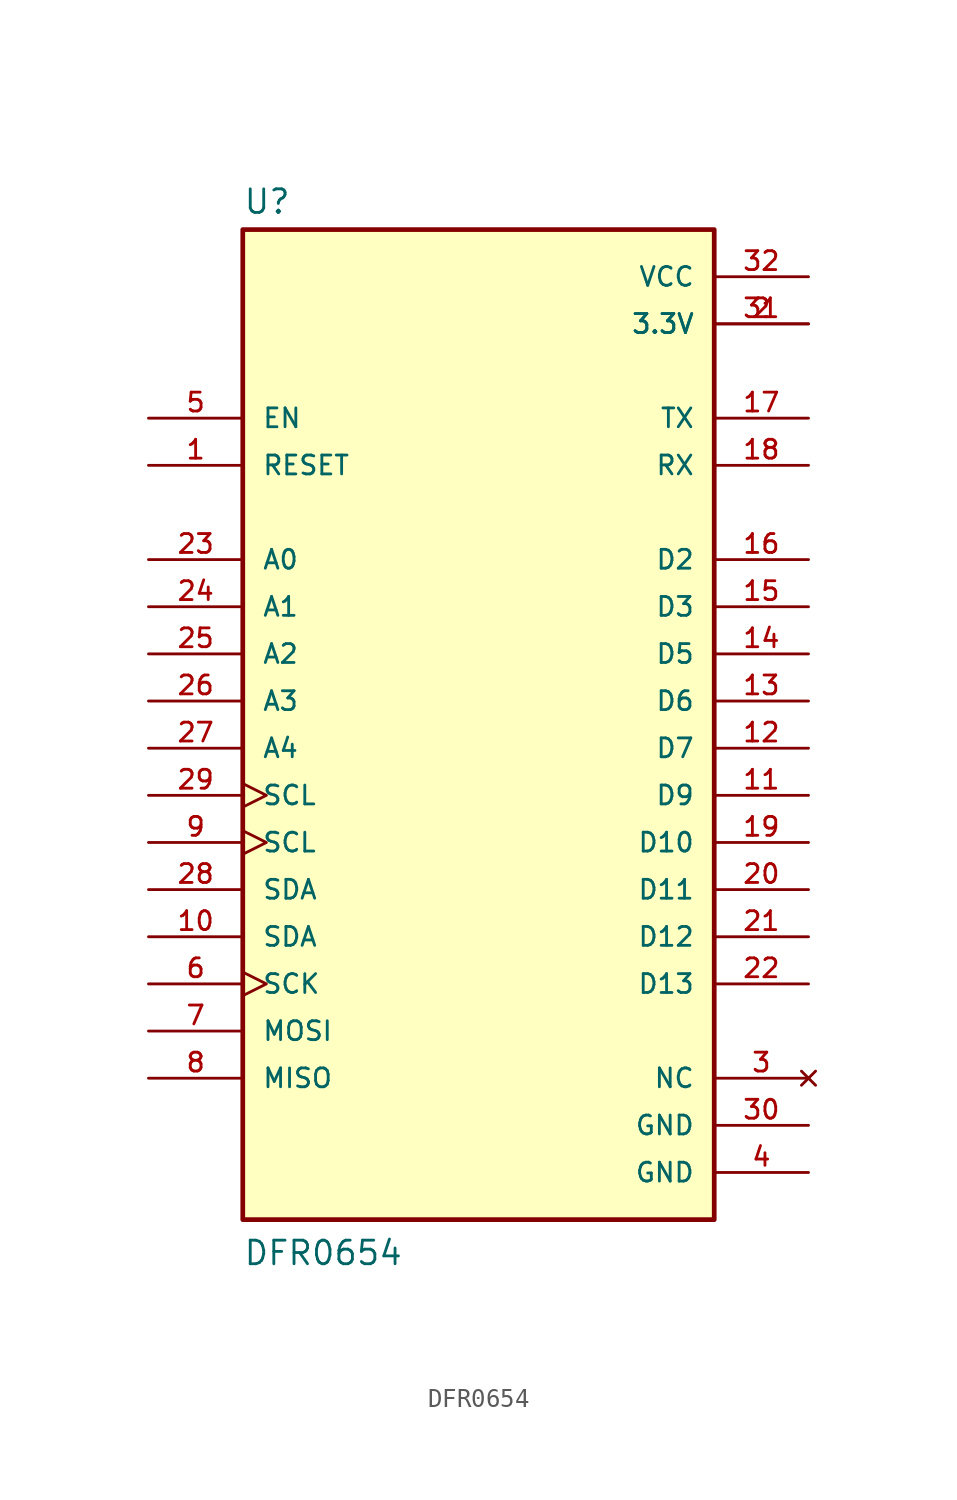
<source format=kicad_sym>
(kicad_symbol_lib
  (version 20211014)
  (generator kicad_symbol_editor)
  (symbol "DFR0654"
    (pin_names
      (offset 1.016))
    (property "Reference" "U"
      (at -12.7 26.162 0)
      (effects (font (size 1.27 1.27)) (justify left bottom)))
    (property "Value" "DFR0654"
      (at -12.7 -30.48 0)
      (effects (font (size 1.27 1.27)) (justify left bottom)))
    (symbol "DFR0654_0_0"
      (rectangle (start -12.7 -27.94) (end 12.7 25.4) (stroke (width 0.254) (type default) (color 0 0 0 0)) (fill (type background)))
      (pin input line (at -17.78 12.7 0) (length 5.08) (name "RESET" (effects (font (size 1.016 1.016)))) (number "1" (effects (font (size 1.016 1.016)))))
      (pin bidirectional line (at -17.78 -12.7 0) (length 5.08) (name "SDA" (effects (font (size 1.016 1.016)))) (number "10" (effects (font (size 1.016 1.016)))))
      (pin bidirectional line (at 17.78 -5.08 180) (length 5.08) (name "D9" (effects (font (size 1.016 1.016)))) (number "11" (effects (font (size 1.016 1.016)))))
      (pin bidirectional line (at 17.78 -2.54 180) (length 5.08) (name "D7" (effects (font (size 1.016 1.016)))) (number "12" (effects (font (size 1.016 1.016)))))
      (pin bidirectional line (at 17.78 0 180) (length 5.08) (name "D6" (effects (font (size 1.016 1.016)))) (number "13" (effects (font (size 1.016 1.016)))))
      (pin bidirectional line (at 17.78 2.54 180) (length 5.08) (name "D5" (effects (font (size 1.016 1.016)))) (number "14" (effects (font (size 1.016 1.016)))))
      (pin bidirectional line (at 17.78 5.08 180) (length 5.08) (name "D3" (effects (font (size 1.016 1.016)))) (number "15" (effects (font (size 1.016 1.016)))))
      (pin bidirectional line (at 17.78 7.62 180) (length 5.08) (name "D2" (effects (font (size 1.016 1.016)))) (number "16" (effects (font (size 1.016 1.016)))))
      (pin output line (at 17.78 15.24 180) (length 5.08) (name "TX" (effects (font (size 1.016 1.016)))) (number "17" (effects (font (size 1.016 1.016)))))
      (pin input line (at 17.78 12.7 180) (length 5.08) (name "RX" (effects (font (size 1.016 1.016)))) (number "18" (effects (font (size 1.016 1.016)))))
      (pin bidirectional line (at 17.78 -7.62 180) (length 5.08) (name "D10" (effects (font (size 1.016 1.016)))) (number "19" (effects (font (size 1.016 1.016)))))
      (pin power_in line (at 17.78 20.32 180) (length 5.08) (name "3.3V" (effects (font (size 1.016 1.016)))) (number "2" (effects (font (size 1.016 1.016)))))
      (pin bidirectional line (at 17.78 -10.16 180) (length 5.08) (name "D11" (effects (font (size 1.016 1.016)))) (number "20" (effects (font (size 1.016 1.016)))))
      (pin bidirectional line (at 17.78 -12.7 180) (length 5.08) (name "D12" (effects (font (size 1.016 1.016)))) (number "21" (effects (font (size 1.016 1.016)))))
      (pin bidirectional line (at 17.78 -15.24 180) (length 5.08) (name "D13" (effects (font (size 1.016 1.016)))) (number "22" (effects (font (size 1.016 1.016)))))
      (pin input line (at -17.78 7.62 0) (length 5.08) (name "A0" (effects (font (size 1.016 1.016)))) (number "23" (effects (font (size 1.016 1.016)))))
      (pin input line (at -17.78 5.08 0) (length 5.08) (name "A1" (effects (font (size 1.016 1.016)))) (number "24" (effects (font (size 1.016 1.016)))))
      (pin input line (at -17.78 2.54 0) (length 5.08) (name "A2" (effects (font (size 1.016 1.016)))) (number "25" (effects (font (size 1.016 1.016)))))
      (pin input line (at -17.78 0 0) (length 5.08) (name "A3" (effects (font (size 1.016 1.016)))) (number "26" (effects (font (size 1.016 1.016)))))
      (pin input line (at -17.78 -2.54 0) (length 5.08) (name "A4" (effects (font (size 1.016 1.016)))) (number "27" (effects (font (size 1.016 1.016)))))
      (pin bidirectional line (at -17.78 -10.16 0) (length 5.08) (name "SDA" (effects (font (size 1.016 1.016)))) (number "28" (effects (font (size 1.016 1.016)))))
      (pin input clock (at -17.78 -5.08 0) (length 5.08) (name "SCL" (effects (font (size 1.016 1.016)))) (number "29" (effects (font (size 1.016 1.016)))))
      (pin no_connect line (at 17.78 -20.32 180) (length 5.08) (name "NC" (effects (font (size 1.016 1.016)))) (number "3" (effects (font (size 1.016 1.016)))))
      (pin power_in line (at 17.78 -22.86 180) (length 5.08) (name "GND" (effects (font (size 1.016 1.016)))) (number "30" (effects (font (size 1.016 1.016)))))
      (pin power_out line (at 17.78 20.32 180) (length 5.08) (name "3.3V" (effects (font (size 1.016 1.016)))) (number "31" (effects (font (size 1.016 1.016)))))
      (pin power_out line (at 17.78 22.86 180) (length 5.08) (name "VCC" (effects (font (size 1.016 1.016)))) (number "32" (effects (font (size 1.016 1.016)))))
      (pin power_in line (at 17.78 -25.4 180) (length 5.08) (name "GND" (effects (font (size 1.016 1.016)))) (number "4" (effects (font (size 1.016 1.016)))))
      (pin input line (at -17.78 15.24 0) (length 5.08) (name "EN" (effects (font (size 1.016 1.016)))) (number "5" (effects (font (size 1.016 1.016)))))
      (pin input clock (at -17.78 -15.24 0) (length 5.08) (name "SCK" (effects (font (size 1.016 1.016)))) (number "6" (effects (font (size 1.016 1.016)))))
      (pin input line (at -17.78 -17.78 0) (length 5.08) (name "MOSI" (effects (font (size 1.016 1.016)))) (number "7" (effects (font (size 1.016 1.016)))))
      (pin output line (at -17.78 -20.32 0) (length 5.08) (name "MISO" (effects (font (size 1.016 1.016)))) (number "8" (effects (font (size 1.016 1.016)))))
      (pin input clock (at -17.78 -7.62 0) (length 5.08) (name "SCL" (effects (font (size 1.016 1.016)))) (number "9" (effects (font (size 1.016 1.016))))))))
</source>
